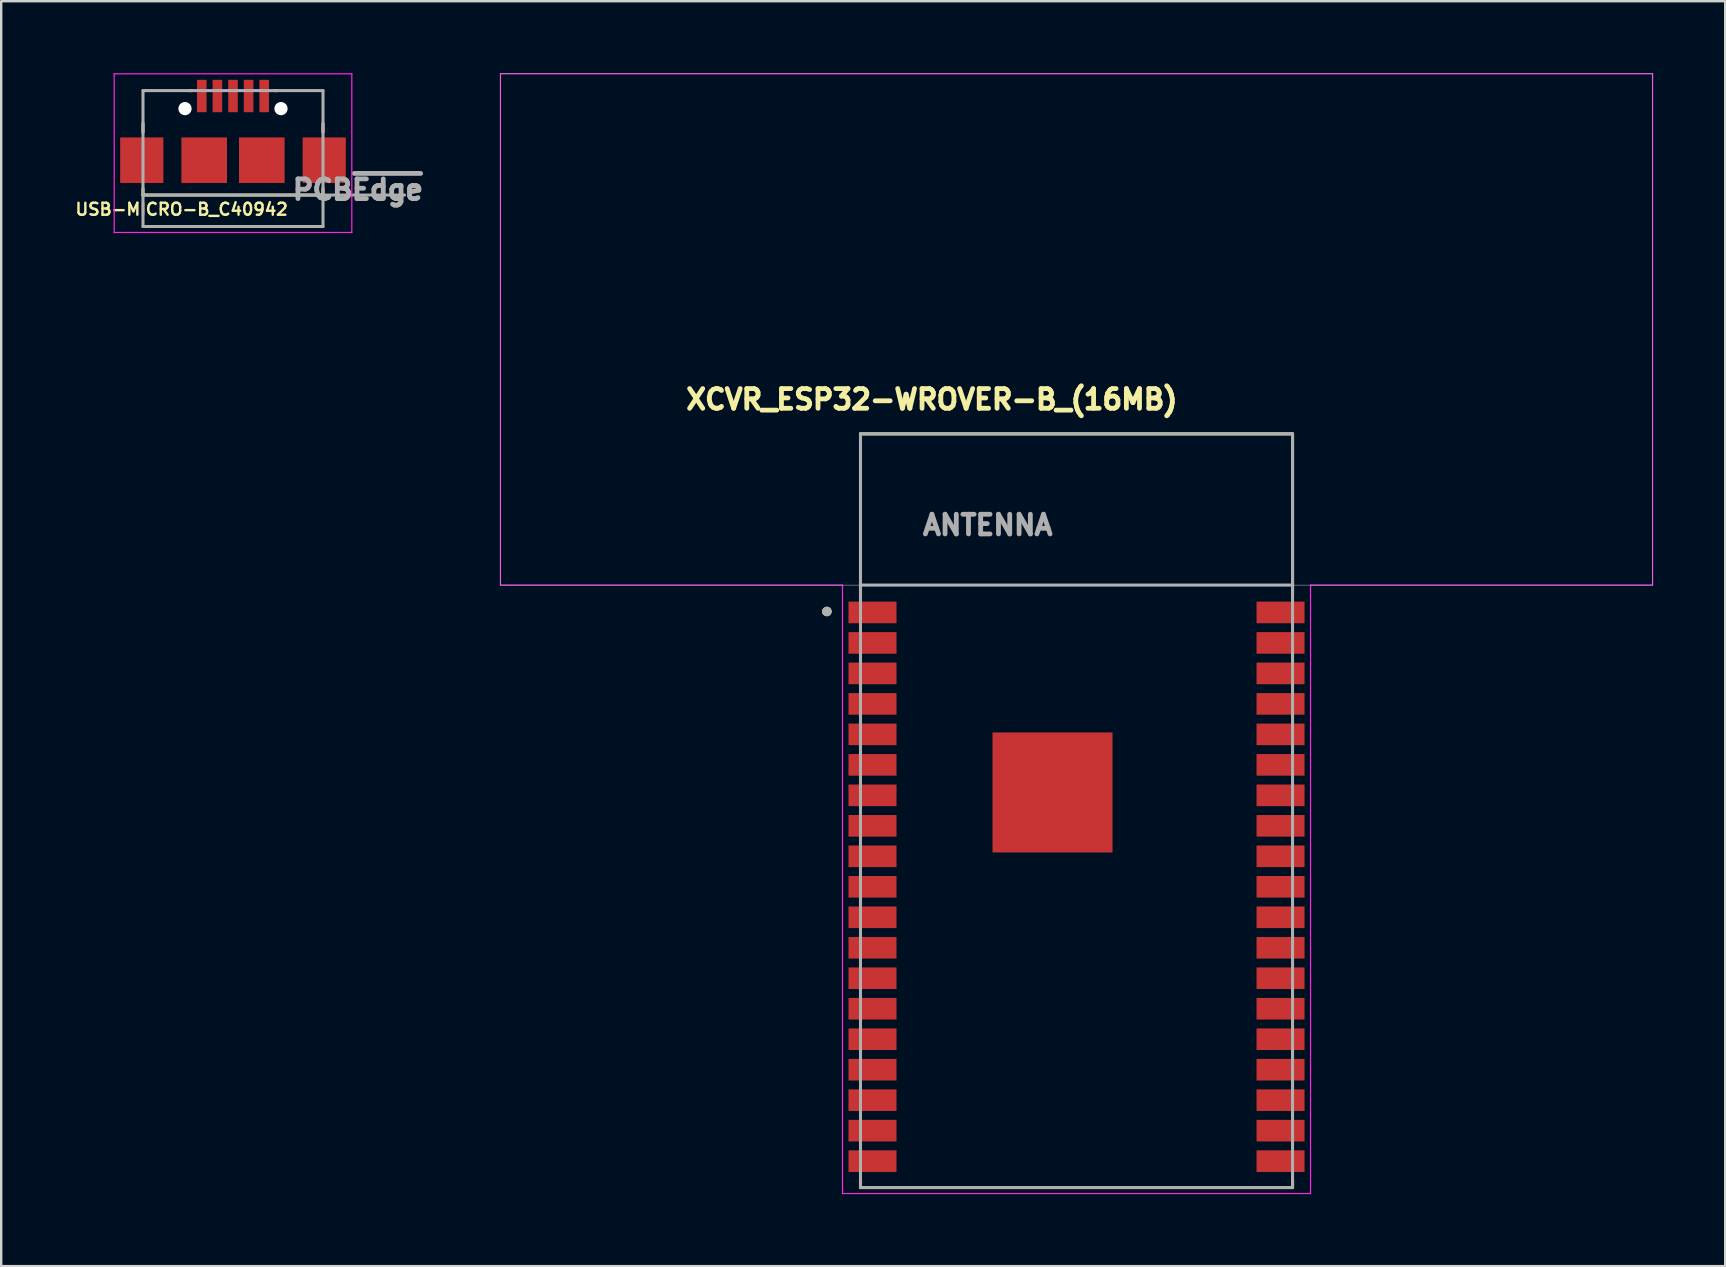
<source format=kicad_pcb>
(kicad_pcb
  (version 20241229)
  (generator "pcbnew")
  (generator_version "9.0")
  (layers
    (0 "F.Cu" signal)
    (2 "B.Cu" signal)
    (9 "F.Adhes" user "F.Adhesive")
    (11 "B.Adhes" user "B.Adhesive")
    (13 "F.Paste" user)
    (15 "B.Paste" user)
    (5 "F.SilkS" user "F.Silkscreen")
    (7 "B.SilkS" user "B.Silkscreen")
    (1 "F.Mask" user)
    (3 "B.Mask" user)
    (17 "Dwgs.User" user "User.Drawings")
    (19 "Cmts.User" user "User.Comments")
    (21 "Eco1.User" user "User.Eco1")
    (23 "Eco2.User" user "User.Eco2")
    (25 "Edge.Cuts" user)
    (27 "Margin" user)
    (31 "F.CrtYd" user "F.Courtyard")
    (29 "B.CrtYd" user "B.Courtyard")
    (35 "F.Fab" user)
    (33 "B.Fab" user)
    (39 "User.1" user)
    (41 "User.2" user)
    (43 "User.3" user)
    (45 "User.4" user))
  (footprint "XCVR_ESP32-WROVER-B_(16MB)"
    (layer "F.Cu")
    (at 41.799 30.725)
    (property "Reference" "XCVR_ESP32-WROVER-B_(16MB)" (at -6.025 -17.135 0) (layer "F.SilkS") (effects (font (size 0.82 0.82) (thickness 0.2))))
    (attr through_hole)
    (fp_line (start -9 -15.7) (end 9 -15.7) (stroke (width 0.127) (type solid)) (layer "F.SilkS"))
    (fp_line (start -9 -9.03) (end -9 -15.7) (stroke (width 0.127) (type solid)) (layer "F.SilkS"))
    (fp_line (start -9 15.36) (end -9 15.7) (stroke (width 0.127) (type solid)) (layer "F.SilkS"))
    (fp_line (start -9 15.7) (end 9 15.7) (stroke (width 0.127) (type solid)) (layer "F.SilkS"))
    (fp_line (start 9 -15.7) (end 9 -9.03) (stroke (width 0.127) (type solid)) (layer "F.SilkS"))
    (fp_line (start 9 15.7) (end 9 15.36) (stroke (width 0.127) (type solid)) (layer "F.SilkS"))
    (fp_circle (center -10.4 -8.3) (end -10.3 -8.3) (stroke (width 0.2) (type solid)) (fill no) (layer "F.SilkS"))
    (fp_poly (pts (xy -2.58 -2.34) (xy 0.58 -2.34) (xy 0.58 0.82) (xy -2.58 0.82)) (stroke (width 0.01) (type solid)) (fill yes) (layer "F.Paste"))
    (fp_poly (pts (xy -24 -30.7) (xy 24 -30.7) (xy 24 -9.4) (xy -24 -9.4)) (stroke (width 0.01) (type solid)) (fill no) (layer "Dwgs.User"))
    (fp_poly (pts (xy -24 -30.7) (xy 24 -30.7) (xy 24 -9.4) (xy -24 -9.4)) (stroke (width 0.01) (type solid)) (fill no) (layer "Dwgs.User"))
    (fp_line (start -24 -30.7) (end 24 -30.7) (stroke (width 0.05) (type solid)) (layer "F.CrtYd"))
    (fp_line (start -24 -9.4) (end -24 -30.7) (stroke (width 0.05) (type solid)) (layer "F.CrtYd"))
    (fp_line (start -9.75 -9.4) (end -24 -9.4) (stroke (width 0.05) (type solid)) (layer "F.CrtYd"))
    (fp_line (start -9.75 -9.4) (end -9.75 15.95) (stroke (width 0.05) (type solid)) (layer "F.CrtYd"))
    (fp_line (start -9.75 15.95) (end 9.75 15.95) (stroke (width 0.05) (type solid)) (layer "F.CrtYd"))
    (fp_line (start 9.75 15.95) (end 9.75 -9.4) (stroke (width 0.05) (type solid)) (layer "F.CrtYd"))
    (fp_line (start 24 -30.7) (end 24 -9.4) (stroke (width 0.05) (type solid)) (layer "F.CrtYd"))
    (fp_line (start 24 -9.4) (end 9.75 -9.4) (stroke (width 0.05) (type solid)) (layer "F.CrtYd"))
    (fp_line (start -9 -15.7) (end 9 -15.7) (stroke (width 0.127) (type solid)) (layer "F.Fab"))
    (fp_line (start -9 -9.4) (end -9 -15.7) (stroke (width 0.127) (type solid)) (layer "F.Fab"))
    (fp_line (start -9 -9.4) (end 9 -9.4) (stroke (width 0.127) (type solid)) (layer "F.Fab"))
    (fp_line (start -9 15.7) (end -9 -9.4) (stroke (width 0.127) (type solid)) (layer "F.Fab"))
    (fp_line (start 9 -15.7) (end 9 -9.4) (stroke (width 0.127) (type solid)) (layer "F.Fab"))
    (fp_line (start 9 -9.4) (end 9 15.7) (stroke (width 0.127) (type solid)) (layer "F.Fab"))
    (fp_line (start 9 15.7) (end -9 15.7) (stroke (width 0.127) (type solid)) (layer "F.Fab"))
    (fp_circle (center -10.4 -8.3) (end -10.3 -8.3) (stroke (width 0.2) (type solid)) (fill no) (layer "F.Fab"))
    (fp_text user "ANTENNA" (at -3.7 -11.9 0) (layer "F.Fab") (effects (font (size 0.82 0.82) (thickness 0.2))))
    (pad "1" smd rect (at -8.5 -8.26) (size 2 0.9) (layers "F.Cu" "F.Mask" "F.Paste"))
    (pad "2" smd rect (at -8.5 -6.99) (size 2 0.9) (layers "F.Cu" "F.Mask" "F.Paste"))
    (pad "3" smd rect (at -8.5 -5.72) (size 2 0.9) (layers "F.Cu" "F.Mask" "F.Paste"))
    (pad "4" smd rect (at -8.5 -4.45) (size 2 0.9) (layers "F.Cu" "F.Mask" "F.Paste"))
    (pad "5" smd rect (at -8.5 -3.18) (size 2 0.9) (layers "F.Cu" "F.Mask" "F.Paste"))
    (pad "6" smd rect (at -8.5 -1.91) (size 2 0.9) (layers "F.Cu" "F.Mask" "F.Paste"))
    (pad "7" smd rect (at -8.5 -0.64) (size 2 0.9) (layers "F.Cu" "F.Mask" "F.Paste"))
    (pad "8" smd rect (at -8.5 0.63) (size 2 0.9) (layers "F.Cu" "F.Mask" "F.Paste"))
    (pad "9" smd rect (at -8.5 1.9) (size 2 0.9) (layers "F.Cu" "F.Mask" "F.Paste"))
    (pad "10" smd rect (at -8.5 3.17) (size 2 0.9) (layers "F.Cu" "F.Mask" "F.Paste"))
    (pad "11" smd rect (at -8.5 4.44) (size 2 0.9) (layers "F.Cu" "F.Mask" "F.Paste"))
    (pad "12" smd rect (at -8.5 5.71) (size 2 0.9) (layers "F.Cu" "F.Mask" "F.Paste"))
    (pad "13" smd rect (at -8.5 6.98) (size 2 0.9) (layers "F.Cu" "F.Mask" "F.Paste"))
    (pad "14" smd rect (at -8.5 8.25) (size 2 0.9) (layers "F.Cu" "F.Mask" "F.Paste"))
    (pad "15" smd rect (at -8.5 9.52) (size 2 0.9) (layers "F.Cu" "F.Mask" "F.Paste"))
    (pad "16" smd rect (at -8.5 10.79) (size 2 0.9) (layers "F.Cu" "F.Mask" "F.Paste"))
    (pad "17" smd rect (at -8.5 12.06) (size 2 0.9) (layers "F.Cu" "F.Mask" "F.Paste"))
    (pad "18" smd rect (at -8.5 13.33) (size 2 0.9) (layers "F.Cu" "F.Mask" "F.Paste"))
    (pad "19" smd rect (at -8.5 14.6) (size 2 0.9) (layers "F.Cu" "F.Mask" "F.Paste"))
    (pad "20" smd rect (at 8.5 14.6) (size 2 0.9) (layers "F.Cu" "F.Mask" "F.Paste"))
    (pad "21" smd rect (at 8.5 13.33) (size 2 0.9) (layers "F.Cu" "F.Mask" "F.Paste"))
    (pad "22" smd rect (at 8.5 12.06) (size 2 0.9) (layers "F.Cu" "F.Mask" "F.Paste"))
    (pad "23" smd rect (at 8.5 10.79) (size 2 0.9) (layers "F.Cu" "F.Mask" "F.Paste"))
    (pad "24" smd rect (at 8.5 9.52) (size 2 0.9) (layers "F.Cu" "F.Mask" "F.Paste"))
    (pad "25" smd rect (at 8.5 8.25) (size 2 0.9) (layers "F.Cu" "F.Mask" "F.Paste"))
    (pad "26" smd rect (at 8.5 6.98) (size 2 0.9) (layers "F.Cu" "F.Mask" "F.Paste"))
    (pad "27" smd rect (at 8.5 5.71) (size 2 0.9) (layers "F.Cu" "F.Mask" "F.Paste"))
    (pad "28" smd rect (at 8.5 4.44) (size 2 0.9) (layers "F.Cu" "F.Mask" "F.Paste"))
    (pad "29" smd rect (at 8.5 3.17) (size 2 0.9) (layers "F.Cu" "F.Mask" "F.Paste"))
    (pad "30" smd rect (at 8.5 1.9) (size 2 0.9) (layers "F.Cu" "F.Mask" "F.Paste"))
    (pad "31" smd rect (at 8.5 0.63) (size 2 0.9) (layers "F.Cu" "F.Mask" "F.Paste"))
    (pad "32" smd rect (at 8.5 -0.64) (size 2 0.9) (layers "F.Cu" "F.Mask" "F.Paste"))
    (pad "33" smd rect (at 8.5 -1.91) (size 2 0.9) (layers "F.Cu" "F.Mask" "F.Paste"))
    (pad "34" smd rect (at 8.5 -3.18) (size 2 0.9) (layers "F.Cu" "F.Mask" "F.Paste"))
    (pad "35" smd rect (at 8.5 -4.45) (size 2 0.9) (layers "F.Cu" "F.Mask" "F.Paste"))
    (pad "36" smd rect (at 8.5 -5.72) (size 2 0.9) (layers "F.Cu" "F.Mask" "F.Paste"))
    (pad "37" smd rect (at 8.5 -6.99) (size 2 0.9) (layers "F.Cu" "F.Mask" "F.Paste"))
    (pad "38" smd rect (at 8.5 -8.26) (size 2 0.9) (layers "F.Cu" "F.Mask" "F.Paste"))
    (pad "39" smd rect (at -1 -0.76) (size 5 5) (layers "F.Cu" "F.Mask")))
  (footprint "USB-MICRO-B_C40942"
    (layer "F.Cu")
    (at 6.657 0.95)
    (property "Reference" "USB-MICRO-B_C40942" (at -2.14 4.72 0) (layer "F.SilkS") (effects (font (size 0.5 0.5) (thickness 0.1))))
    (attr through_hole)
    (fp_line (start -3.75 1.15) (end -3.75 1.5) (stroke (width 0.127) (type solid)) (layer "F.SilkS"))
    (fp_line (start -3.75 3.85) (end -3.75 4.125) (stroke (width 0.127) (type solid)) (layer "F.SilkS"))
    (fp_line (start -3.75 4.125) (end 3.75 4.125) (stroke (width 0.127) (type solid)) (layer "F.SilkS"))
    (fp_line (start -1.83 -0.225) (end -1.72 -0.225) (stroke (width 0.127) (type solid)) (layer "F.SilkS"))
    (fp_line (start 1.72 -0.225) (end 1.83 -0.225) (stroke (width 0.127) (type solid)) (layer "F.SilkS"))
    (fp_line (start 3.75 1.15) (end 3.75 1.5) (stroke (width 0.127) (type solid)) (layer "F.SilkS"))
    (fp_line (start 3.75 4.125) (end 3.75 3.85) (stroke (width 0.127) (type solid)) (layer "F.SilkS"))
    (fp_line (start -4.95 -0.925) (end 4.95 -0.925) (stroke (width 0.05) (type solid)) (layer "F.CrtYd"))
    (fp_line (start -4.95 5.686) (end -4.95 -0.925) (stroke (width 0.05) (type solid)) (layer "F.CrtYd"))
    (fp_line (start 4.95 -0.925) (end 4.95 5.686) (stroke (width 0.05) (type solid)) (layer "F.CrtYd"))
    (fp_line (start 4.95 5.686) (end -4.95 5.686) (stroke (width 0.05) (type solid)) (layer "F.CrtYd"))
    (fp_line (start -3.75 -0.225) (end 3.75 -0.225) (stroke (width 0.127) (type solid)) (layer "F.Fab"))
    (fp_line (start -3.75 4.125) (end -3.75 -0.225) (stroke (width 0.127) (type solid)) (layer "F.Fab"))
    (fp_line (start -3.75 5.436) (end -3.75 4.125) (stroke (width 0.127) (type solid)) (layer "F.Fab"))
    (fp_line (start 3.75 -0.225) (end 3.75 4.125) (stroke (width 0.127) (type solid)) (layer "F.Fab"))
    (fp_line (start 3.75 4.125) (end -3.75 4.125) (stroke (width 0.127) (type solid)) (layer "F.Fab"))
    (fp_line (start 3.75 4.125) (end 3.75 5.436) (stroke (width 0.127) (type solid)) (layer "F.Fab"))
    (fp_line (start 3.75 4.125) (end 7.15 4.125) (stroke (width 0.127) (type solid)) (layer "F.Fab"))
    (fp_line (start 3.75 5.436) (end -3.75 5.436) (stroke (width 0.127) (type solid)) (layer "F.Fab"))
    (fp_text user "PCB~{Edge}" (at 5.205 3.904 0) (layer "F.Fab") (effects (font (size 0.82 0.82) (thickness 0.2))))
    (pad "" np_thru_hole circle (at -2 0.525) (size 0.55 0.55) (drill 0.55) (layers "*.Cu" "*.Mask"))
    (pad "" np_thru_hole circle (at 2 0.525) (size 0.55 0.55) (drill 0.55) (layers "*.Cu" "*.Mask"))
    (pad "1" smd rect (at -1.3 0) (size 0.4 1.35) (layers "F.Cu" "F.Mask" "F.Paste"))
    (pad "2" smd rect (at -0.65 0) (size 0.4 1.35) (layers "F.Cu" "F.Mask" "F.Paste"))
    (pad "3" smd rect (at 0 0) (size 0.4 1.35) (layers "F.Cu" "F.Mask" "F.Paste"))
    (pad "4" smd rect (at 0.65 0) (size 0.4 1.35) (layers "F.Cu" "F.Mask" "F.Paste"))
    (pad "5" smd rect (at 1.3 0) (size 0.4 1.35) (layers "F.Cu" "F.Mask" "F.Paste"))
    (pad "SH3" smd rect (at -3.8 2.675) (size 1.8 1.9) (layers "F.Cu" "F.Mask" "F.Paste"))
    (pad "SH4" smd rect (at -1.2 2.675) (size 1.9 1.9) (layers "F.Cu" "F.Mask" "F.Paste"))
    (pad "SH5" smd rect (at 1.2 2.675) (size 1.9 1.9) (layers "F.Cu" "F.Mask" "F.Paste"))
    (pad "SH6" smd rect (at 3.8 2.675) (size 1.8 1.9) (layers "F.Cu" "F.Mask" "F.Paste")))
  (gr_rect
    (start -3 -3)
    (end 68.824 49.7)
    (stroke (width 0.1) (type default))
    (fill no)
    (layer "Edge.Cuts")))
</source>
